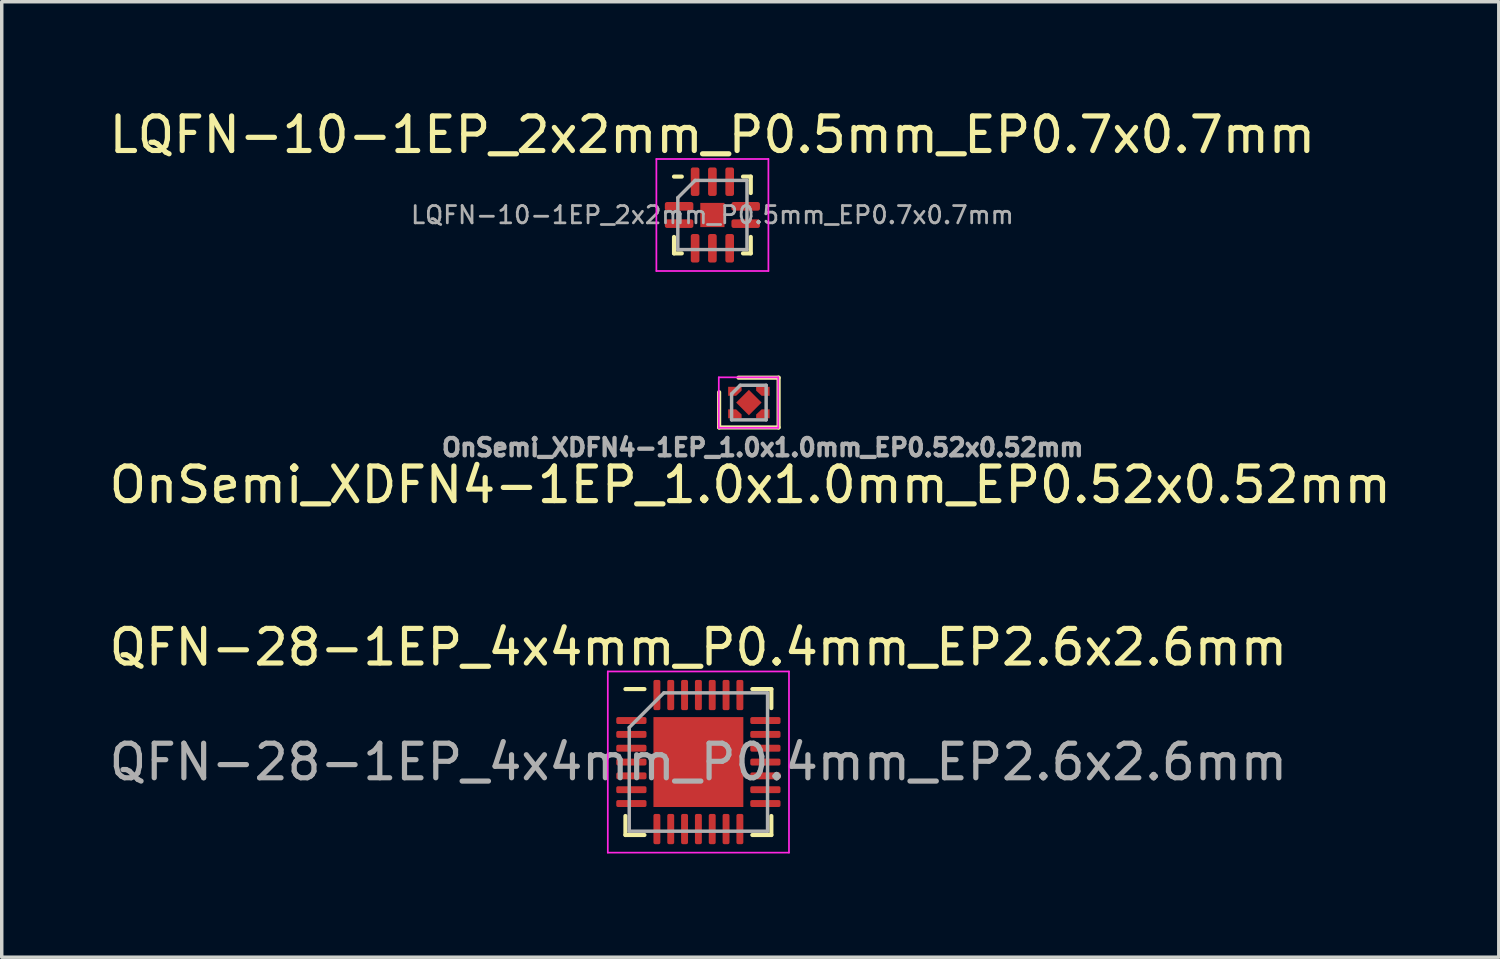
<source format=kicad_pcb>
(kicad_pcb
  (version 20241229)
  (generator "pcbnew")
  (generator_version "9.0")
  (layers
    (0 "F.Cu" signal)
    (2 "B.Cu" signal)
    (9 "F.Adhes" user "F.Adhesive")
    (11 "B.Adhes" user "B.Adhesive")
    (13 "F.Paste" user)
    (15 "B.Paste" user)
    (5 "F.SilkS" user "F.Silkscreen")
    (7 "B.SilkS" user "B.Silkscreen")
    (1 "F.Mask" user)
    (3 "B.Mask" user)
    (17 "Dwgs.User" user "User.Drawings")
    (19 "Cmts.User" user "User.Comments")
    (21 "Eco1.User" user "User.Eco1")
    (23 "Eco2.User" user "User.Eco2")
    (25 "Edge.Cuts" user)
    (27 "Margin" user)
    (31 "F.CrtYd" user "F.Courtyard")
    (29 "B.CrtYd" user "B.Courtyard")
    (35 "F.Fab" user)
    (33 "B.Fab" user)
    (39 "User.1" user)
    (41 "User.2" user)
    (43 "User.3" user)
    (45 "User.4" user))
  (footprint "LQFN-10-1EP_2x2mm_P0.5mm_EP0.7x0.7mm"
    (layer "F.Cu")
    (at 17.554 3.168)
    (property "Reference" "LQFN-10-1EP_2x2mm_P0.5mm_EP0.7x0.7mm" (at 0 -2.32 0) (layer "F.SilkS") (effects (font (size 1 1) (thickness 0.15))))
    (attr smd)
    (fp_line (start -1.11 1.11) (end -1.11 0.635) (stroke (width 0.12) (type solid)) (layer "F.SilkS"))
    (fp_line (start -0.885 -1.11) (end -1.11 -1.11) (stroke (width 0.12) (type solid)) (layer "F.SilkS"))
    (fp_line (start -0.885 1.11) (end -1.11 1.11) (stroke (width 0.12) (type solid)) (layer "F.SilkS"))
    (fp_line (start 0.885 -1.11) (end 1.11 -1.11) (stroke (width 0.12) (type solid)) (layer "F.SilkS"))
    (fp_line (start 0.885 1.11) (end 1.11 1.11) (stroke (width 0.12) (type solid)) (layer "F.SilkS"))
    (fp_line (start 1.11 -1.11) (end 1.11 -0.635) (stroke (width 0.12) (type solid)) (layer "F.SilkS"))
    (fp_line (start 1.11 1.11) (end 1.11 0.635) (stroke (width 0.12) (type solid)) (layer "F.SilkS"))
    (fp_line (start -1.62 -1.62) (end -1.62 1.62) (stroke (width 0.05) (type solid)) (layer "F.CrtYd"))
    (fp_line (start -1.62 1.62) (end 1.62 1.62) (stroke (width 0.05) (type solid)) (layer "F.CrtYd"))
    (fp_line (start 1.62 -1.62) (end -1.62 -1.62) (stroke (width 0.05) (type solid)) (layer "F.CrtYd"))
    (fp_line (start 1.62 1.62) (end 1.62 -1.62) (stroke (width 0.05) (type solid)) (layer "F.CrtYd"))
    (fp_line (start -1 -0.5) (end -0.5 -1) (stroke (width 0.1) (type solid)) (layer "F.Fab"))
    (fp_line (start -1 1) (end -1 -0.5) (stroke (width 0.1) (type solid)) (layer "F.Fab"))
    (fp_line (start -0.5 -1) (end 1 -1) (stroke (width 0.1) (type solid)) (layer "F.Fab"))
    (fp_line (start 1 -1) (end 1 1) (stroke (width 0.1) (type solid)) (layer "F.Fab"))
    (fp_line (start 1 1) (end -1 1) (stroke (width 0.1) (type solid)) (layer "F.Fab"))
    (fp_text user "${REFERENCE}" (at 0 0 0) (layer "F.Fab") (effects (font (size 0.5 0.5) (thickness 0.08))))
    (pad "" smd roundrect (at 0 0) (size 0.56 0.56) (layers "F.Paste") (roundrect_rratio 0.25))
    (pad "1" smd roundrect (at -0.963 -0.25) (size 0.825 0.25) (layers "F.Cu" "F.Mask" "F.Paste") (roundrect_rratio 0.25))
    (pad "2" smd roundrect (at -0.963 0.25) (size 0.825 0.25) (layers "F.Cu" "F.Mask" "F.Paste") (roundrect_rratio 0.25))
    (pad "3" smd roundrect (at -0.5 0.963) (size 0.25 0.825) (layers "F.Cu" "F.Mask" "F.Paste") (roundrect_rratio 0.25))
    (pad "4" smd roundrect (at 0 0.963) (size 0.25 0.825) (layers "F.Cu" "F.Mask" "F.Paste") (roundrect_rratio 0.25))
    (pad "5" smd roundrect (at 0.5 0.963) (size 0.25 0.825) (layers "F.Cu" "F.Mask" "F.Paste") (roundrect_rratio 0.25))
    (pad "6" smd roundrect (at 0.963 0.25) (size 0.825 0.25) (layers "F.Cu" "F.Mask" "F.Paste") (roundrect_rratio 0.25))
    (pad "7" smd roundrect (at 0.963 -0.25) (size 0.825 0.25) (layers "F.Cu" "F.Mask" "F.Paste") (roundrect_rratio 0.25))
    (pad "8" smd roundrect (at 0.5 -0.963) (size 0.25 0.825) (layers "F.Cu" "F.Mask" "F.Paste") (roundrect_rratio 0.25))
    (pad "9" smd roundrect (at 0 -0.963) (size 0.25 0.825) (layers "F.Cu" "F.Mask" "F.Paste") (roundrect_rratio 0.25))
    (pad "10" smd roundrect (at -0.5 -0.963) (size 0.25 0.825) (layers "F.Cu" "F.Mask" "F.Paste") (roundrect_rratio 0.25))
    (pad "11" smd rect (at 0 0) (size 0.7 0.7) (layers "F.Cu" "F.Mask")))
  (footprint "OnSemi_XDFN4-1EP_1.0x1.0mm_EP0.52x0.52mm"
    (layer "F.Cu")
    (at 18.609 8.593)
    (property "Reference" "OnSemi_XDFN4-1EP_1.0x1.0mm_EP0.52x0.52mm" (at 0.04 2.38 0) (layer "F.SilkS") (effects (font (size 1 1) (thickness 0.15))))
    (attr smd)
    (fp_line (start -0.86 -0.3) (end -0.86 0.72) (stroke (width 0.12) (type solid)) (layer "F.SilkS"))
    (fp_line (start -0.86 0.72) (end 0.86 0.72) (stroke (width 0.12) (type solid)) (layer "F.SilkS"))
    (fp_line (start 0.86 -0.72) (end -0.3 -0.72) (stroke (width 0.12) (type solid)) (layer "F.SilkS"))
    (fp_line (start 0.86 0.72) (end 0.86 -0.72) (stroke (width 0.12) (type solid)) (layer "F.SilkS"))
    (fp_line (start -0.87 -0.73) (end 0.85 -0.73) (stroke (width 0.05) (type solid)) (layer "F.CrtYd"))
    (fp_line (start -0.87 0.73) (end -0.87 -0.73) (stroke (width 0.05) (type solid)) (layer "F.CrtYd"))
    (fp_line (start 0.85 -0.73) (end 0.85 0.73) (stroke (width 0.05) (type solid)) (layer "F.CrtYd"))
    (fp_line (start 0.85 0.73) (end -0.87 0.73) (stroke (width 0.05) (type solid)) (layer "F.CrtYd"))
    (fp_line (start -0.5 -0.25) (end -0.25 -0.5) (stroke (width 0.1) (type solid)) (layer "F.Fab"))
    (fp_line (start -0.5 0.5) (end -0.5 -0.25) (stroke (width 0.1) (type solid)) (layer "F.Fab"))
    (fp_line (start -0.25 -0.5) (end 0.5 -0.5) (stroke (width 0.1) (type solid)) (layer "F.Fab"))
    (fp_line (start 0.5 -0.5) (end 0.5 0.5) (stroke (width 0.1) (type solid)) (layer "F.Fab"))
    (fp_line (start 0.5 0.5) (end -0.5 0.5) (stroke (width 0.1) (type solid)) (layer "F.Fab"))
    (fp_text user "${REFERENCE}" (at 0.4 1.3 0) (layer "F.Fab") (effects (font (size 0.5 0.5) (thickness 0.125))))
    (pad "1" smd custom (at -0.485 -0.325 270) (size 0.26 0.23) (layers "F.Cu" "F.Mask" "F.Paste") (options (anchor rect)) (primitives (gr_poly (pts (xy 0.13 -0.115) (xy -0.13 -0.115) (xy -0.13 -0.275) (xy -0.02 -0.275)) (width 0) (fill yes))))
    (pad "2" smd custom (at -0.485 0.325 270) (size 0.26 0.23) (layers "F.Cu" "F.Mask" "F.Paste") (options (anchor rect)) (primitives (gr_poly (pts (xy 0.13 -0.115) (xy -0.13 -0.115) (xy 0.02 -0.275) (xy 0.13 -0.275)) (width 0) (fill yes))))
    (pad "3" smd custom (at 0.485 0.325 90) (size 0.26 0.23) (layers "F.Cu" "F.Mask" "F.Paste") (options (anchor rect)) (primitives (gr_poly (pts (xy 0.13 -0.115) (xy -0.13 -0.115) (xy -0.13 -0.275) (xy -0.02 -0.275)) (width 0) (fill yes))))
    (pad "4" smd custom (at 0.485 -0.325 90) (size 0.26 0.23) (layers "F.Cu" "F.Mask" "F.Paste") (options (anchor rect)) (primitives (gr_poly (pts (xy 0.13 -0.115) (xy -0.13 -0.115) (xy 0.02 -0.275) (xy 0.13 -0.275)) (width 0) (fill yes))))
    (pad "5" smd rect (at 0 0 135) (size 0.52 0.52) (layers "F.Cu" "F.Mask" "F.Paste")))
  (footprint "QFN-28-1EP_4x4mm_P0.4mm_EP2.6x2.6mm"
    (layer "F.Cu")
    (at 17.149 18.99)
    (property "Reference" "QFN-28-1EP_4x4mm_P0.4mm_EP2.6x2.6mm" (at 0 -3.32 0) (layer "F.SilkS") (effects (font (size 1 1) (thickness 0.15))))
    (attr smd)
    (fp_line (start -2.11 2.11) (end -2.11 1.56) (stroke (width 0.12) (type solid)) (layer "F.SilkS"))
    (fp_line (start -1.56 -2.11) (end -2.11 -2.11) (stroke (width 0.12) (type solid)) (layer "F.SilkS"))
    (fp_line (start -1.56 2.11) (end -2.11 2.11) (stroke (width 0.12) (type solid)) (layer "F.SilkS"))
    (fp_line (start 1.56 -2.11) (end 2.11 -2.11) (stroke (width 0.12) (type solid)) (layer "F.SilkS"))
    (fp_line (start 1.56 2.11) (end 2.11 2.11) (stroke (width 0.12) (type solid)) (layer "F.SilkS"))
    (fp_line (start 2.11 -2.11) (end 2.11 -1.56) (stroke (width 0.12) (type solid)) (layer "F.SilkS"))
    (fp_line (start 2.11 2.11) (end 2.11 1.56) (stroke (width 0.12) (type solid)) (layer "F.SilkS"))
    (fp_line (start -2.62 -2.62) (end -2.62 2.62) (stroke (width 0.05) (type solid)) (layer "F.CrtYd"))
    (fp_line (start -2.62 2.62) (end 2.62 2.62) (stroke (width 0.05) (type solid)) (layer "F.CrtYd"))
    (fp_line (start 2.62 -2.62) (end -2.62 -2.62) (stroke (width 0.05) (type solid)) (layer "F.CrtYd"))
    (fp_line (start 2.62 2.62) (end 2.62 -2.62) (stroke (width 0.05) (type solid)) (layer "F.CrtYd"))
    (fp_line (start -2 -1) (end -1 -2) (stroke (width 0.1) (type solid)) (layer "F.Fab"))
    (fp_line (start -2 2) (end -2 -1) (stroke (width 0.1) (type solid)) (layer "F.Fab"))
    (fp_line (start -1 -2) (end 2 -2) (stroke (width 0.1) (type solid)) (layer "F.Fab"))
    (fp_line (start 2 -2) (end 2 2) (stroke (width 0.1) (type solid)) (layer "F.Fab"))
    (fp_line (start 2 2) (end -2 2) (stroke (width 0.1) (type solid)) (layer "F.Fab"))
    (fp_text user "${REFERENCE}" (at 0 0 0) (layer "F.Fab") (effects (font (size 1 1) (thickness 0.15))))
    (pad "" smd roundrect (at -0.65 -0.65) (size 1.05 1.05) (layers "F.Paste") (roundrect_rratio 0.25))
    (pad "" smd roundrect (at -0.65 0.65) (size 1.05 1.05) (layers "F.Paste") (roundrect_rratio 0.25))
    (pad "" smd roundrect (at 0.65 -0.65) (size 1.05 1.05) (layers "F.Paste") (roundrect_rratio 0.25))
    (pad "" smd roundrect (at 0.65 0.65) (size 1.05 1.05) (layers "F.Paste") (roundrect_rratio 0.25))
    (pad "1" smd roundrect (at -1.938 -1.2) (size 0.875 0.2) (layers "F.Cu" "F.Mask" "F.Paste") (roundrect_rratio 0.25))
    (pad "2" smd roundrect (at -1.938 -0.8) (size 0.875 0.2) (layers "F.Cu" "F.Mask" "F.Paste") (roundrect_rratio 0.25))
    (pad "3" smd roundrect (at -1.938 -0.4) (size 0.875 0.2) (layers "F.Cu" "F.Mask" "F.Paste") (roundrect_rratio 0.25))
    (pad "4" smd roundrect (at -1.938 0) (size 0.875 0.2) (layers "F.Cu" "F.Mask" "F.Paste") (roundrect_rratio 0.25))
    (pad "5" smd roundrect (at -1.938 0.4) (size 0.875 0.2) (layers "F.Cu" "F.Mask" "F.Paste") (roundrect_rratio 0.25))
    (pad "6" smd roundrect (at -1.938 0.8) (size 0.875 0.2) (layers "F.Cu" "F.Mask" "F.Paste") (roundrect_rratio 0.25))
    (pad "7" smd roundrect (at -1.938 1.2) (size 0.875 0.2) (layers "F.Cu" "F.Mask" "F.Paste") (roundrect_rratio 0.25))
    (pad "8" smd roundrect (at -1.2 1.938) (size 0.2 0.875) (layers "F.Cu" "F.Mask" "F.Paste") (roundrect_rratio 0.25))
    (pad "9" smd roundrect (at -0.8 1.938) (size 0.2 0.875) (layers "F.Cu" "F.Mask" "F.Paste") (roundrect_rratio 0.25))
    (pad "10" smd roundrect (at -0.4 1.938) (size 0.2 0.875) (layers "F.Cu" "F.Mask" "F.Paste") (roundrect_rratio 0.25))
    (pad "11" smd roundrect (at 0 1.938) (size 0.2 0.875) (layers "F.Cu" "F.Mask" "F.Paste") (roundrect_rratio 0.25))
    (pad "12" smd roundrect (at 0.4 1.938) (size 0.2 0.875) (layers "F.Cu" "F.Mask" "F.Paste") (roundrect_rratio 0.25))
    (pad "13" smd roundrect (at 0.8 1.938) (size 0.2 0.875) (layers "F.Cu" "F.Mask" "F.Paste") (roundrect_rratio 0.25))
    (pad "14" smd roundrect (at 1.2 1.938) (size 0.2 0.875) (layers "F.Cu" "F.Mask" "F.Paste") (roundrect_rratio 0.25))
    (pad "15" smd roundrect (at 1.938 1.2) (size 0.875 0.2) (layers "F.Cu" "F.Mask" "F.Paste") (roundrect_rratio 0.25))
    (pad "16" smd roundrect (at 1.938 0.8) (size 0.875 0.2) (layers "F.Cu" "F.Mask" "F.Paste") (roundrect_rratio 0.25))
    (pad "17" smd roundrect (at 1.938 0.4) (size 0.875 0.2) (layers "F.Cu" "F.Mask" "F.Paste") (roundrect_rratio 0.25))
    (pad "18" smd roundrect (at 1.938 0) (size 0.875 0.2) (layers "F.Cu" "F.Mask" "F.Paste") (roundrect_rratio 0.25))
    (pad "19" smd roundrect (at 1.938 -0.4) (size 0.875 0.2) (layers "F.Cu" "F.Mask" "F.Paste") (roundrect_rratio 0.25))
    (pad "20" smd roundrect (at 1.938 -0.8) (size 0.875 0.2) (layers "F.Cu" "F.Mask" "F.Paste") (roundrect_rratio 0.25))
    (pad "21" smd roundrect (at 1.938 -1.2) (size 0.875 0.2) (layers "F.Cu" "F.Mask" "F.Paste") (roundrect_rratio 0.25))
    (pad "22" smd roundrect (at 1.2 -1.938) (size 0.2 0.875) (layers "F.Cu" "F.Mask" "F.Paste") (roundrect_rratio 0.25))
    (pad "23" smd roundrect (at 0.8 -1.938) (size 0.2 0.875) (layers "F.Cu" "F.Mask" "F.Paste") (roundrect_rratio 0.25))
    (pad "24" smd roundrect (at 0.4 -1.938) (size 0.2 0.875) (layers "F.Cu" "F.Mask" "F.Paste") (roundrect_rratio 0.25))
    (pad "25" smd roundrect (at 0 -1.938) (size 0.2 0.875) (layers "F.Cu" "F.Mask" "F.Paste") (roundrect_rratio 0.25))
    (pad "26" smd roundrect (at -0.4 -1.938) (size 0.2 0.875) (layers "F.Cu" "F.Mask" "F.Paste") (roundrect_rratio 0.25))
    (pad "27" smd roundrect (at -0.8 -1.938) (size 0.2 0.875) (layers "F.Cu" "F.Mask" "F.Paste") (roundrect_rratio 0.25))
    (pad "28" smd roundrect (at -1.2 -1.938) (size 0.2 0.875) (layers "F.Cu" "F.Mask" "F.Paste") (roundrect_rratio 0.25))
    (pad "29" smd rect (at 0 0) (size 2.6 2.6) (layers "F.Cu" "F.Mask")))
  (gr_rect
    (start -3 -3)
    (end 40.298 24.635)
    (stroke (width 0.1) (type default))
    (fill no)
    (layer "Edge.Cuts")))
</source>
